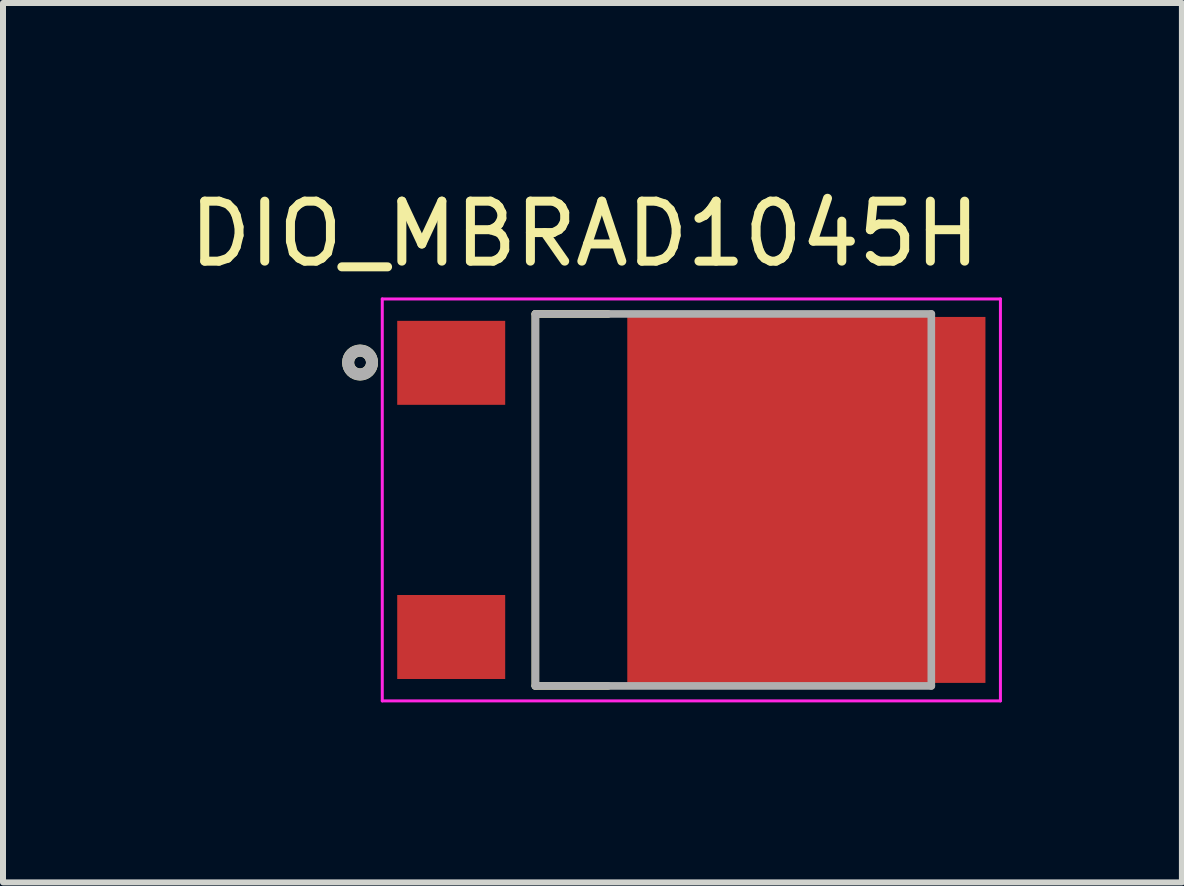
<source format=kicad_pcb>
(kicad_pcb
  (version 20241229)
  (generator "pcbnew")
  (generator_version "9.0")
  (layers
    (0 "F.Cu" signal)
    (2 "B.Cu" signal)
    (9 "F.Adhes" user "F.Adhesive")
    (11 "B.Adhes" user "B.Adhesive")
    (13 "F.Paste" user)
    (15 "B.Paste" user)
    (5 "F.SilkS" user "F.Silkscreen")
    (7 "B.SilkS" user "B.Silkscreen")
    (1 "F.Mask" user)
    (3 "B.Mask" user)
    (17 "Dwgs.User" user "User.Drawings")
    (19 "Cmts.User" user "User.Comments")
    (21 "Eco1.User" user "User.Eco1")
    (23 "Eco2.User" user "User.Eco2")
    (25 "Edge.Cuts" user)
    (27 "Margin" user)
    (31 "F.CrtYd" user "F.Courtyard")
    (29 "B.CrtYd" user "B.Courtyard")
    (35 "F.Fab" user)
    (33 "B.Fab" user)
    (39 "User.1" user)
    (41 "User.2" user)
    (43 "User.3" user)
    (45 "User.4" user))
  (footprint "DIO_MBRAD1045H"
    (layer "F.Cu")
    (at 8.474 5.283)
    (property "Reference" "DIO_MBRAD1045H" (at -1.778 -4.435 0) (layer "F.SilkS") (effects (font (size 1 1) (thickness 0.15))))
    (attr smd)
    (fp_line (start -2.6 -3.1) (end -2.6 3.1) (stroke (width 0.127) (type solid)) (layer "F.SilkS"))
    (fp_line (start -2.6 3.1) (end -1.387 3.1) (stroke (width 0.127) (type solid)) (layer "F.SilkS"))
    (fp_line (start -1.387 -3.1) (end -2.6 -3.1) (stroke (width 0.127) (type solid)) (layer "F.SilkS"))
    (fp_circle (center -5.522 -2.29) (end -5.423 -2.29) (stroke (width 0.2) (type solid)) (fill no) (layer "F.SilkS"))
    (fp_poly (pts (xy -0.833 -2.69) (xy 0.608 -2.69) (xy 0.608 -1.29) (xy -0.833 -1.29)) (stroke (width 0.01) (type solid)) (fill yes) (layer "F.Paste"))
    (fp_poly (pts (xy -0.833 -0.7) (xy 0.608 -0.7) (xy 0.608 0.7) (xy -0.833 0.7)) (stroke (width 0.01) (type solid)) (fill yes) (layer "F.Paste"))
    (fp_poly (pts (xy -0.833 1.29) (xy 0.608 1.29) (xy 0.608 2.69) (xy -0.833 2.69)) (stroke (width 0.01) (type solid)) (fill yes) (layer "F.Paste"))
    (fp_poly (pts (xy 1.198 -2.69) (xy 2.638 -2.69) (xy 2.638 -1.29) (xy 1.198 -1.29)) (stroke (width 0.01) (type solid)) (fill yes) (layer "F.Paste"))
    (fp_poly (pts (xy 1.198 -0.7) (xy 2.638 -0.7) (xy 2.638 0.7) (xy 1.198 0.7)) (stroke (width 0.01) (type solid)) (fill yes) (layer "F.Paste"))
    (fp_poly (pts (xy 1.198 1.29) (xy 2.638 1.29) (xy 2.638 2.69) (xy 1.198 2.69)) (stroke (width 0.01) (type solid)) (fill yes) (layer "F.Paste"))
    (fp_poly (pts (xy 3.228 -2.69) (xy 4.668 -2.69) (xy 4.668 -1.29) (xy 3.228 -1.29)) (stroke (width 0.01) (type solid)) (fill yes) (layer "F.Paste"))
    (fp_poly (pts (xy 3.228 -0.7) (xy 4.668 -0.7) (xy 4.668 0.7) (xy 3.228 0.7)) (stroke (width 0.01) (type solid)) (fill yes) (layer "F.Paste"))
    (fp_poly (pts (xy 3.228 1.29) (xy 4.668 1.29) (xy 4.668 2.69) (xy 3.228 2.69)) (stroke (width 0.01) (type solid)) (fill yes) (layer "F.Paste"))
    (fp_line (start -5.152 -3.35) (end 5.152 -3.35) (stroke (width 0.05) (type solid)) (layer "F.CrtYd"))
    (fp_line (start -5.152 3.35) (end -5.152 -3.35) (stroke (width 0.05) (type solid)) (layer "F.CrtYd"))
    (fp_line (start 5.152 -3.35) (end 5.152 3.35) (stroke (width 0.05) (type solid)) (layer "F.CrtYd"))
    (fp_line (start 5.152 3.35) (end -5.152 3.35) (stroke (width 0.05) (type solid)) (layer "F.CrtYd"))
    (fp_line (start -2.6 -3.1) (end -2.6 3.1) (stroke (width 0.127) (type solid)) (layer "F.Fab"))
    (fp_line (start -2.6 3.1) (end 4 3.1) (stroke (width 0.127) (type solid)) (layer "F.Fab"))
    (fp_line (start 4 -3.1) (end -2.6 -3.1) (stroke (width 0.127) (type solid)) (layer "F.Fab"))
    (fp_line (start 4 3.1) (end 4 -3.1) (stroke (width 0.127) (type solid)) (layer "F.Fab"))
    (fp_circle (center -5.522 -2.29) (end -5.423 -2.29) (stroke (width 0.2) (type solid)) (fill no) (layer "F.Fab"))
    (pad "1" smd rect (at -4.003 -2.285) (size 1.8 1.4) (layers "F.Cu" "F.Mask" "F.Paste"))
    (pad "2" smd rect (at -4.003 2.285) (size 1.8 1.4) (layers "F.Cu" "F.Mask" "F.Paste"))
    (pad "3" smd rect (at 1.917 0) (size 5.97 6.1) (layers "F.Cu" "F.Mask")))
  (gr_rect
    (start -3 -3)
    (end 16.651 11.658)
    (stroke (width 0.1) (type default))
    (fill no)
    (layer "Edge.Cuts")))
</source>
